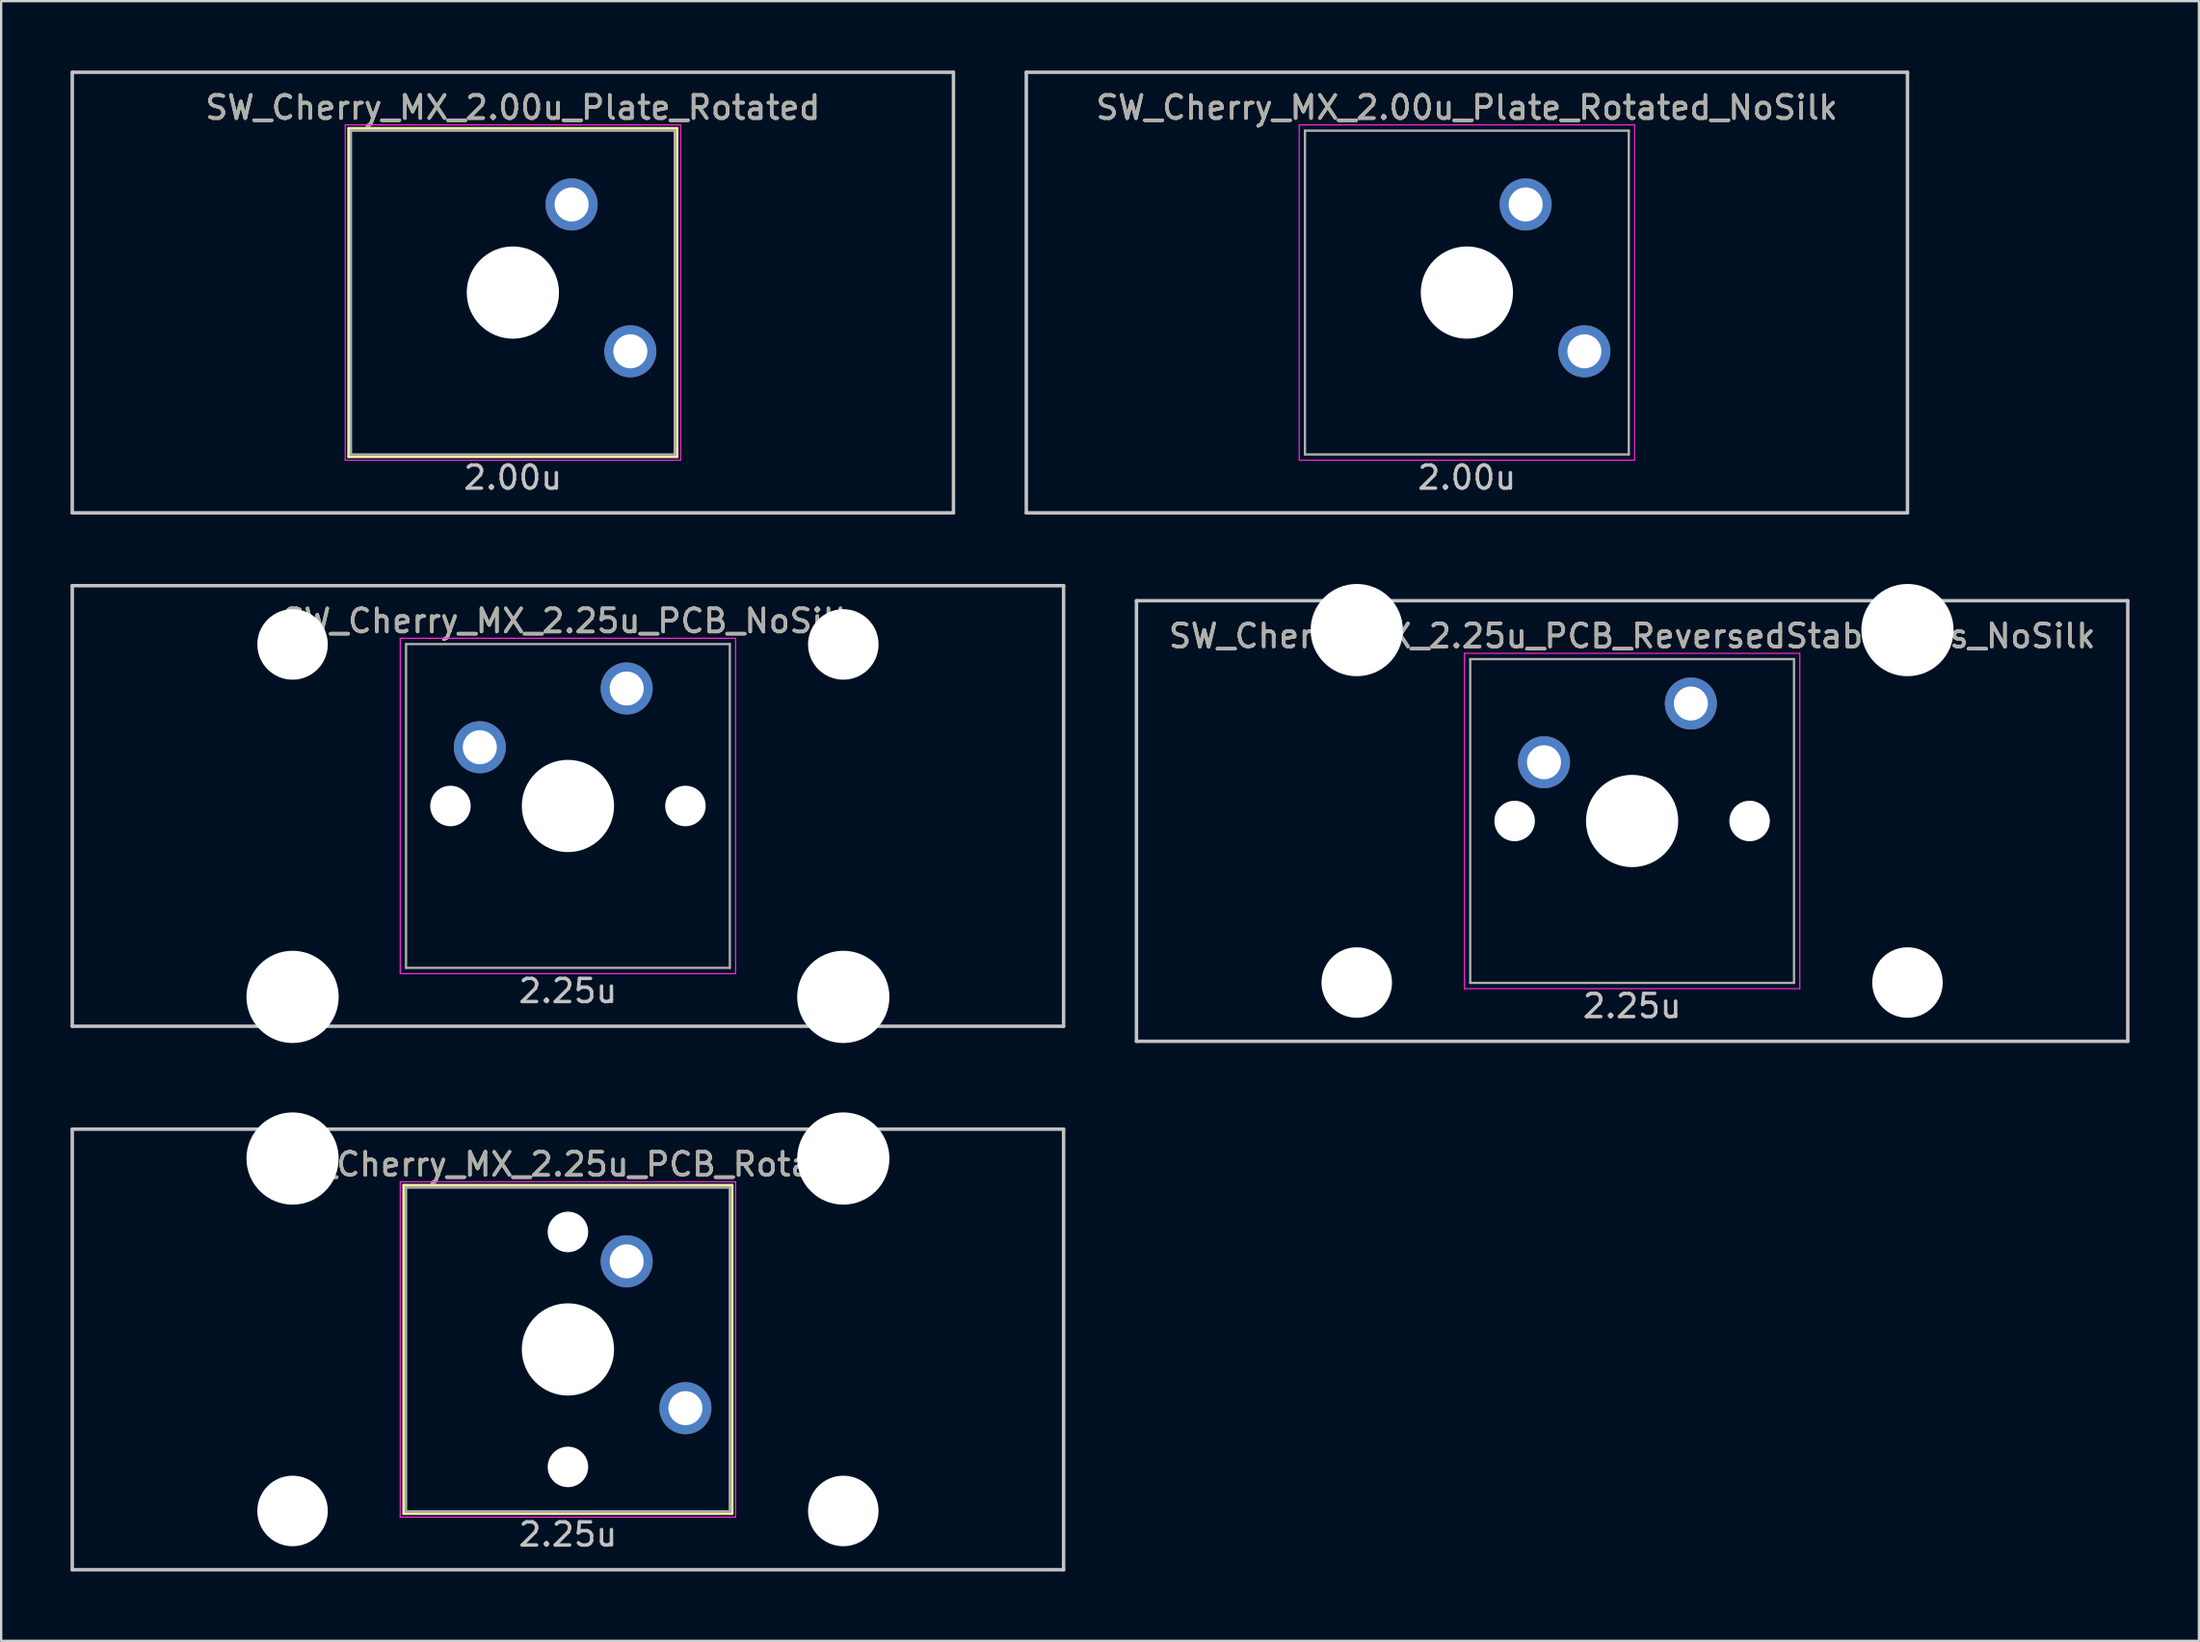
<source format=kicad_pcb>
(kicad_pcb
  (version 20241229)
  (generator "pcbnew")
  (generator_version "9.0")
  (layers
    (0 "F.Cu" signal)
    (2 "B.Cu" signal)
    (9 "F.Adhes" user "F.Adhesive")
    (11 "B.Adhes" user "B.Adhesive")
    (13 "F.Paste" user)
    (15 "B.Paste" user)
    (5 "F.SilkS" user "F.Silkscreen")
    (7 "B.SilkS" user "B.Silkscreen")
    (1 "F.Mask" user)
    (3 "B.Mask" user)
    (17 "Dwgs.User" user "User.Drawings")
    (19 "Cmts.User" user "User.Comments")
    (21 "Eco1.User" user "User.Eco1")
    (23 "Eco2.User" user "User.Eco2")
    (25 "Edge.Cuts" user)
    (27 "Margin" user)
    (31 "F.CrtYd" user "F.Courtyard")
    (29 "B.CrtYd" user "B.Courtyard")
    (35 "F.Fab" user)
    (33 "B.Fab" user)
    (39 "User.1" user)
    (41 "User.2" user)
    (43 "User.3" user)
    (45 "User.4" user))
  (footprint "SW_Cherry_MX_2.00u_Plate_Rotated_NoSilk"
    (layer "F.Cu")
    (at 60.375 9.6)
    (property "Reference" "SW_Cherry_MX_2.00u_Plate_Rotated_NoSilk" (at 0 -8 0) (layer "F.SilkS") (effects (font (size 1 1) (thickness 0.15))))
    (attr through_hole)
    (fp_line (start -19.05 9.525) (end -19.05 -9.525) (stroke (width 0.15) (type solid)) (layer "Dwgs.User"))
    (fp_line (start 19.05 -9.525) (end -19.05 -9.525) (stroke (width 0.15) (type solid)) (layer "Dwgs.User"))
    (fp_line (start 19.05 -9.525) (end 19.05 9.525) (stroke (width 0.15) (type solid)) (layer "Dwgs.User"))
    (fp_line (start 19.05 9.525) (end -19.05 9.525) (stroke (width 0.15) (type solid)) (layer "Dwgs.User"))
    (fp_line (start -7.25 -7.25) (end 7.25 -7.25) (stroke (width 0.05) (type solid)) (layer "F.CrtYd"))
    (fp_line (start -7.25 7.25) (end -7.25 -7.25) (stroke (width 0.05) (type solid)) (layer "F.CrtYd"))
    (fp_line (start 7.25 -7.25) (end 7.25 7.25) (stroke (width 0.05) (type solid)) (layer "F.CrtYd"))
    (fp_line (start 7.25 7.25) (end -7.25 7.25) (stroke (width 0.05) (type solid)) (layer "F.CrtYd"))
    (fp_line (start -7 -7) (end 7 -7) (stroke (width 0.1) (type solid)) (layer "F.Fab"))
    (fp_line (start -7 7) (end -7 -7) (stroke (width 0.1) (type solid)) (layer "F.Fab"))
    (fp_line (start 7 -7) (end 7 7) (stroke (width 0.1) (type solid)) (layer "F.Fab"))
    (fp_line (start 7 7) (end -7 7) (stroke (width 0.1) (type solid)) (layer "F.Fab"))
    (fp_text user "2.00u" (at 0 8 0) (layer "Dwgs.User") (effects (font (size 1 1) (thickness 0.15))))
    (fp_text user "${REFERENCE}" (at 0 -8 0) (layer "F.Fab") (effects (font (size 1 1) (thickness 0.15))))
    (pad "" np_thru_hole circle (at 0 0 270) (size 3.988 3.988) (drill 3.988) (layers "*.Cu" "*.Mask"))
    (pad "1" thru_hole circle (at 2.54 -3.81 270) (size 2.25 2.25) (drill 1.47) (layers "*.Cu" "B.Mask"))
    (pad "2" thru_hole circle (at 5.08 2.54 270) (size 2.25 2.25) (drill 1.47) (layers "*.Cu" "B.Mask")))
  (footprint "SW_Cherry_MX_2.00u_Plate_Rotated"
    (layer "F.Cu")
    (at 19.125 9.6)
    (property "Reference" "SW_Cherry_MX_2.00u_Plate_Rotated" (at 0 -8 0) (layer "F.SilkS") (effects (font (size 1 1) (thickness 0.15))))
    (attr through_hole)
    (fp_line (start -7.1 -7.1) (end 7.1 -7.1) (stroke (width 0.12) (type solid)) (layer "F.SilkS"))
    (fp_line (start -7.1 7.1) (end -7.1 -7.1) (stroke (width 0.12) (type solid)) (layer "F.SilkS"))
    (fp_line (start 7.1 -7.1) (end 7.1 7.1) (stroke (width 0.12) (type solid)) (layer "F.SilkS"))
    (fp_line (start 7.1 7.1) (end -7.1 7.1) (stroke (width 0.12) (type solid)) (layer "F.SilkS"))
    (fp_line (start -19.05 9.525) (end -19.05 -9.525) (stroke (width 0.15) (type solid)) (layer "Dwgs.User"))
    (fp_line (start 19.05 -9.525) (end -19.05 -9.525) (stroke (width 0.15) (type solid)) (layer "Dwgs.User"))
    (fp_line (start 19.05 -9.525) (end 19.05 9.525) (stroke (width 0.15) (type solid)) (layer "Dwgs.User"))
    (fp_line (start 19.05 9.525) (end -19.05 9.525) (stroke (width 0.15) (type solid)) (layer "Dwgs.User"))
    (fp_line (start -7.25 -7.25) (end 7.25 -7.25) (stroke (width 0.05) (type solid)) (layer "F.CrtYd"))
    (fp_line (start -7.25 7.25) (end -7.25 -7.25) (stroke (width 0.05) (type solid)) (layer "F.CrtYd"))
    (fp_line (start 7.25 -7.25) (end 7.25 7.25) (stroke (width 0.05) (type solid)) (layer "F.CrtYd"))
    (fp_line (start 7.25 7.25) (end -7.25 7.25) (stroke (width 0.05) (type solid)) (layer "F.CrtYd"))
    (fp_line (start -7 -7) (end 7 -7) (stroke (width 0.1) (type solid)) (layer "F.Fab"))
    (fp_line (start -7 7) (end -7 -7) (stroke (width 0.1) (type solid)) (layer "F.Fab"))
    (fp_line (start 7 -7) (end 7 7) (stroke (width 0.1) (type solid)) (layer "F.Fab"))
    (fp_line (start 7 7) (end -7 7) (stroke (width 0.1) (type solid)) (layer "F.Fab"))
    (fp_text user "2.00u" (at 0 8 0) (layer "Dwgs.User") (effects (font (size 1 1) (thickness 0.15))))
    (fp_text user "${REFERENCE}" (at 0 -8 0) (layer "F.Fab") (effects (font (size 1 1) (thickness 0.15))))
    (pad "" np_thru_hole circle (at 0 0 270) (size 3.988 3.988) (drill 3.988) (layers "*.Cu" "*.Mask"))
    (pad "1" thru_hole circle (at 2.54 -3.81 270) (size 2.25 2.25) (drill 1.47) (layers "*.Cu" "B.Mask"))
    (pad "2" thru_hole circle (at 5.08 2.54 270) (size 2.25 2.25) (drill 1.47) (layers "*.Cu" "B.Mask")))
  (footprint "SW_Cherry_MX_2.25u_PCB_Rotated"
    (layer "F.Cu")
    (at 21.506 55.298)
    (property "Reference" "SW_Cherry_MX_2.25u_PCB_Rotated" (at 0 -8 0) (layer "F.SilkS") (effects (font (size 1 1) (thickness 0.15))))
    (attr through_hole)
    (fp_line (start -7.1 -7.1) (end 7.1 -7.1) (stroke (width 0.12) (type solid)) (layer "F.SilkS"))
    (fp_line (start -7.1 7.1) (end -7.1 -7.1) (stroke (width 0.12) (type solid)) (layer "F.SilkS"))
    (fp_line (start 7.1 -7.1) (end 7.1 7.1) (stroke (width 0.12) (type solid)) (layer "F.SilkS"))
    (fp_line (start 7.1 7.1) (end -7.1 7.1) (stroke (width 0.12) (type solid)) (layer "F.SilkS"))
    (fp_line (start -21.431 9.525) (end -21.431 -9.525) (stroke (width 0.15) (type solid)) (layer "Dwgs.User"))
    (fp_line (start 21.431 -9.525) (end -21.431 -9.525) (stroke (width 0.15) (type solid)) (layer "Dwgs.User"))
    (fp_line (start 21.431 -9.525) (end 21.431 9.525) (stroke (width 0.15) (type solid)) (layer "Dwgs.User"))
    (fp_line (start 21.431 9.525) (end -21.431 9.525) (stroke (width 0.15) (type solid)) (layer "Dwgs.User"))
    (fp_line (start -7.25 -7.25) (end 7.25 -7.25) (stroke (width 0.05) (type solid)) (layer "F.CrtYd"))
    (fp_line (start -7.25 7.25) (end -7.25 -7.25) (stroke (width 0.05) (type solid)) (layer "F.CrtYd"))
    (fp_line (start 7.25 -7.25) (end 7.25 7.25) (stroke (width 0.05) (type solid)) (layer "F.CrtYd"))
    (fp_line (start 7.25 7.25) (end -7.25 7.25) (stroke (width 0.05) (type solid)) (layer "F.CrtYd"))
    (fp_line (start -7 -7) (end 7 -7) (stroke (width 0.1) (type solid)) (layer "F.Fab"))
    (fp_line (start -7 7) (end -7 -7) (stroke (width 0.1) (type solid)) (layer "F.Fab"))
    (fp_line (start 7 -7) (end 7 7) (stroke (width 0.1) (type solid)) (layer "F.Fab"))
    (fp_line (start 7 7) (end -7 7) (stroke (width 0.1) (type solid)) (layer "F.Fab"))
    (fp_text user "2.25u" (at 0 8 0) (layer "Dwgs.User") (effects (font (size 1 1) (thickness 0.15))))
    (fp_text user "${REFERENCE}" (at 0 -8 0) (layer "F.Fab") (effects (font (size 1 1) (thickness 0.15))))
    (pad "" np_thru_hole circle (at -11.906 -8.255 180) (size 3.988 3.988) (drill 3.988) (layers "*.Cu" "*.Mask"))
    (pad "" np_thru_hole circle (at -11.906 6.985 180) (size 3.048 3.048) (drill 3.048) (layers "*.Cu" "*.Mask"))
    (pad "" np_thru_hole circle (at 0 -5.08 318.1) (size 1.75 1.75) (drill 1.75) (layers "*.Cu" "*.Mask"))
    (pad "" np_thru_hole circle (at 0 0 270) (size 3.988 3.988) (drill 3.988) (layers "*.Cu" "*.Mask"))
    (pad "" np_thru_hole circle (at 0 5.08 318.1) (size 1.75 1.75) (drill 1.75) (layers "*.Cu" "*.Mask"))
    (pad "" np_thru_hole circle (at 11.906 -8.255 180) (size 3.988 3.988) (drill 3.988) (layers "*.Cu" "*.Mask"))
    (pad "" np_thru_hole circle (at 11.906 6.985 180) (size 3.048 3.048) (drill 3.048) (layers "*.Cu" "*.Mask"))
    (pad "1" thru_hole circle (at 2.54 -3.81 270) (size 2.25 2.25) (drill 1.47) (layers "*.Cu" "B.Mask"))
    (pad "2" thru_hole circle (at 5.08 2.54 270) (size 2.25 2.25) (drill 1.47) (layers "*.Cu" "B.Mask")))
  (footprint "SW_Cherry_MX_2.25u_PCB_ReversedStabilizers_NoSilk"
    (layer "F.Cu")
    (at 67.519 32.449)
    (property "Reference" "SW_Cherry_MX_2.25u_PCB_ReversedStabilizers_NoSilk" (at 0 -8 0) (layer "F.SilkS") (effects (font (size 1 1) (thickness 0.15))))
    (attr through_hole)
    (fp_line (start -21.431 -9.525) (end 21.431 -9.525) (stroke (width 0.15) (type solid)) (layer "Dwgs.User"))
    (fp_line (start -21.431 9.525) (end -21.431 -9.525) (stroke (width 0.15) (type solid)) (layer "Dwgs.User"))
    (fp_line (start -21.431 9.525) (end 21.431 9.525) (stroke (width 0.15) (type solid)) (layer "Dwgs.User"))
    (fp_line (start 21.431 -9.525) (end 21.431 9.525) (stroke (width 0.15) (type solid)) (layer "Dwgs.User"))
    (fp_line (start -7.25 -7.25) (end 7.25 -7.25) (stroke (width 0.05) (type solid)) (layer "F.CrtYd"))
    (fp_line (start -7.25 7.25) (end -7.25 -7.25) (stroke (width 0.05) (type solid)) (layer "F.CrtYd"))
    (fp_line (start 7.25 -7.25) (end 7.25 7.25) (stroke (width 0.05) (type solid)) (layer "F.CrtYd"))
    (fp_line (start 7.25 7.25) (end -7.25 7.25) (stroke (width 0.05) (type solid)) (layer "F.CrtYd"))
    (fp_line (start -7 -7) (end 7 -7) (stroke (width 0.1) (type solid)) (layer "F.Fab"))
    (fp_line (start -7 7) (end -7 -7) (stroke (width 0.1) (type solid)) (layer "F.Fab"))
    (fp_line (start 7 -7) (end 7 7) (stroke (width 0.1) (type solid)) (layer "F.Fab"))
    (fp_line (start 7 7) (end -7 7) (stroke (width 0.1) (type solid)) (layer "F.Fab"))
    (fp_text user "2.25u" (at 0 8 0) (layer "Dwgs.User") (effects (font (size 1 1) (thickness 0.15))))
    (fp_text user "${REFERENCE}" (at 0 -8 0) (layer "F.Fab") (effects (font (size 1 1) (thickness 0.15))))
    (pad "" np_thru_hole circle (at -11.906 -8.255) (size 3.988 3.988) (drill 3.988) (layers "*.Cu" "*.Mask"))
    (pad "" np_thru_hole circle (at -11.906 6.985) (size 3.048 3.048) (drill 3.048) (layers "*.Cu" "*.Mask"))
    (pad "" np_thru_hole circle (at -5.08 0 48.1) (size 1.75 1.75) (drill 1.75) (layers "*.Cu" "*.Mask"))
    (pad "" np_thru_hole circle (at 0 0) (size 3.988 3.988) (drill 3.988) (layers "*.Cu" "*.Mask"))
    (pad "" np_thru_hole circle (at 5.08 0 48.1) (size 1.75 1.75) (drill 1.75) (layers "*.Cu" "*.Mask"))
    (pad "" np_thru_hole circle (at 11.906 -8.255) (size 3.988 3.988) (drill 3.988) (layers "*.Cu" "*.Mask"))
    (pad "" np_thru_hole circle (at 11.906 6.985) (size 3.048 3.048) (drill 3.048) (layers "*.Cu" "*.Mask"))
    (pad "1" thru_hole circle (at -3.81 -2.54) (size 2.25 2.25) (drill 1.47) (layers "*.Cu" "B.Mask"))
    (pad "2" thru_hole circle (at 2.54 -5.08) (size 2.25 2.25) (drill 1.47) (layers "*.Cu" "B.Mask")))
  (footprint "SW_Cherry_MX_2.25u_PCB_NoSilk"
    (layer "F.Cu")
    (at 21.506 31.8)
    (property "Reference" "SW_Cherry_MX_2.25u_PCB_NoSilk" (at 0 -8 0) (layer "F.SilkS") (effects (font (size 1 1) (thickness 0.15))))
    (attr through_hole)
    (fp_line (start -21.431 -9.525) (end 21.431 -9.525) (stroke (width 0.15) (type solid)) (layer "Dwgs.User"))
    (fp_line (start -21.431 9.525) (end -21.431 -9.525) (stroke (width 0.15) (type solid)) (layer "Dwgs.User"))
    (fp_line (start -21.431 9.525) (end 21.431 9.525) (stroke (width 0.15) (type solid)) (layer "Dwgs.User"))
    (fp_line (start 21.431 -9.525) (end 21.431 9.525) (stroke (width 0.15) (type solid)) (layer "Dwgs.User"))
    (fp_line (start -7.25 -7.25) (end 7.25 -7.25) (stroke (width 0.05) (type solid)) (layer "F.CrtYd"))
    (fp_line (start -7.25 7.25) (end -7.25 -7.25) (stroke (width 0.05) (type solid)) (layer "F.CrtYd"))
    (fp_line (start 7.25 -7.25) (end 7.25 7.25) (stroke (width 0.05) (type solid)) (layer "F.CrtYd"))
    (fp_line (start 7.25 7.25) (end -7.25 7.25) (stroke (width 0.05) (type solid)) (layer "F.CrtYd"))
    (fp_line (start -7 -7) (end 7 -7) (stroke (width 0.1) (type solid)) (layer "F.Fab"))
    (fp_line (start -7 7) (end -7 -7) (stroke (width 0.1) (type solid)) (layer "F.Fab"))
    (fp_line (start 7 -7) (end 7 7) (stroke (width 0.1) (type solid)) (layer "F.Fab"))
    (fp_line (start 7 7) (end -7 7) (stroke (width 0.1) (type solid)) (layer "F.Fab"))
    (fp_text user "2.25u" (at 0 8 0) (layer "Dwgs.User") (effects (font (size 1 1) (thickness 0.15))))
    (fp_text user "${REFERENCE}" (at 0 -8 0) (layer "F.Fab") (effects (font (size 1 1) (thickness 0.15))))
    (pad "" np_thru_hole circle (at -11.906 -6.985) (size 3.048 3.048) (drill 3.048) (layers "*.Cu" "*.Mask"))
    (pad "" np_thru_hole circle (at -11.906 8.255) (size 3.988 3.988) (drill 3.988) (layers "*.Cu" "*.Mask"))
    (pad "" np_thru_hole circle (at -5.08 0 48.1) (size 1.75 1.75) (drill 1.75) (layers "*.Cu" "*.Mask"))
    (pad "" np_thru_hole circle (at 0 0) (size 3.988 3.988) (drill 3.988) (layers "*.Cu" "*.Mask"))
    (pad "" np_thru_hole circle (at 5.08 0 48.1) (size 1.75 1.75) (drill 1.75) (layers "*.Cu" "*.Mask"))
    (pad "" np_thru_hole circle (at 11.906 -6.985) (size 3.048 3.048) (drill 3.048) (layers "*.Cu" "*.Mask"))
    (pad "" np_thru_hole circle (at 11.906 8.255) (size 3.988 3.988) (drill 3.988) (layers "*.Cu" "*.Mask"))
    (pad "1" thru_hole circle (at -3.81 -2.54) (size 2.25 2.25) (drill 1.47) (layers "*.Cu" "B.Mask"))
    (pad "2" thru_hole circle (at 2.54 -5.08) (size 2.25 2.25) (drill 1.47) (layers "*.Cu" "B.Mask")))
  (gr_rect
    (start -3 -3)
    (end 92.025 67.898)
    (stroke (width 0.1) (type default))
    (fill no)
    (layer "Edge.Cuts")))
</source>
